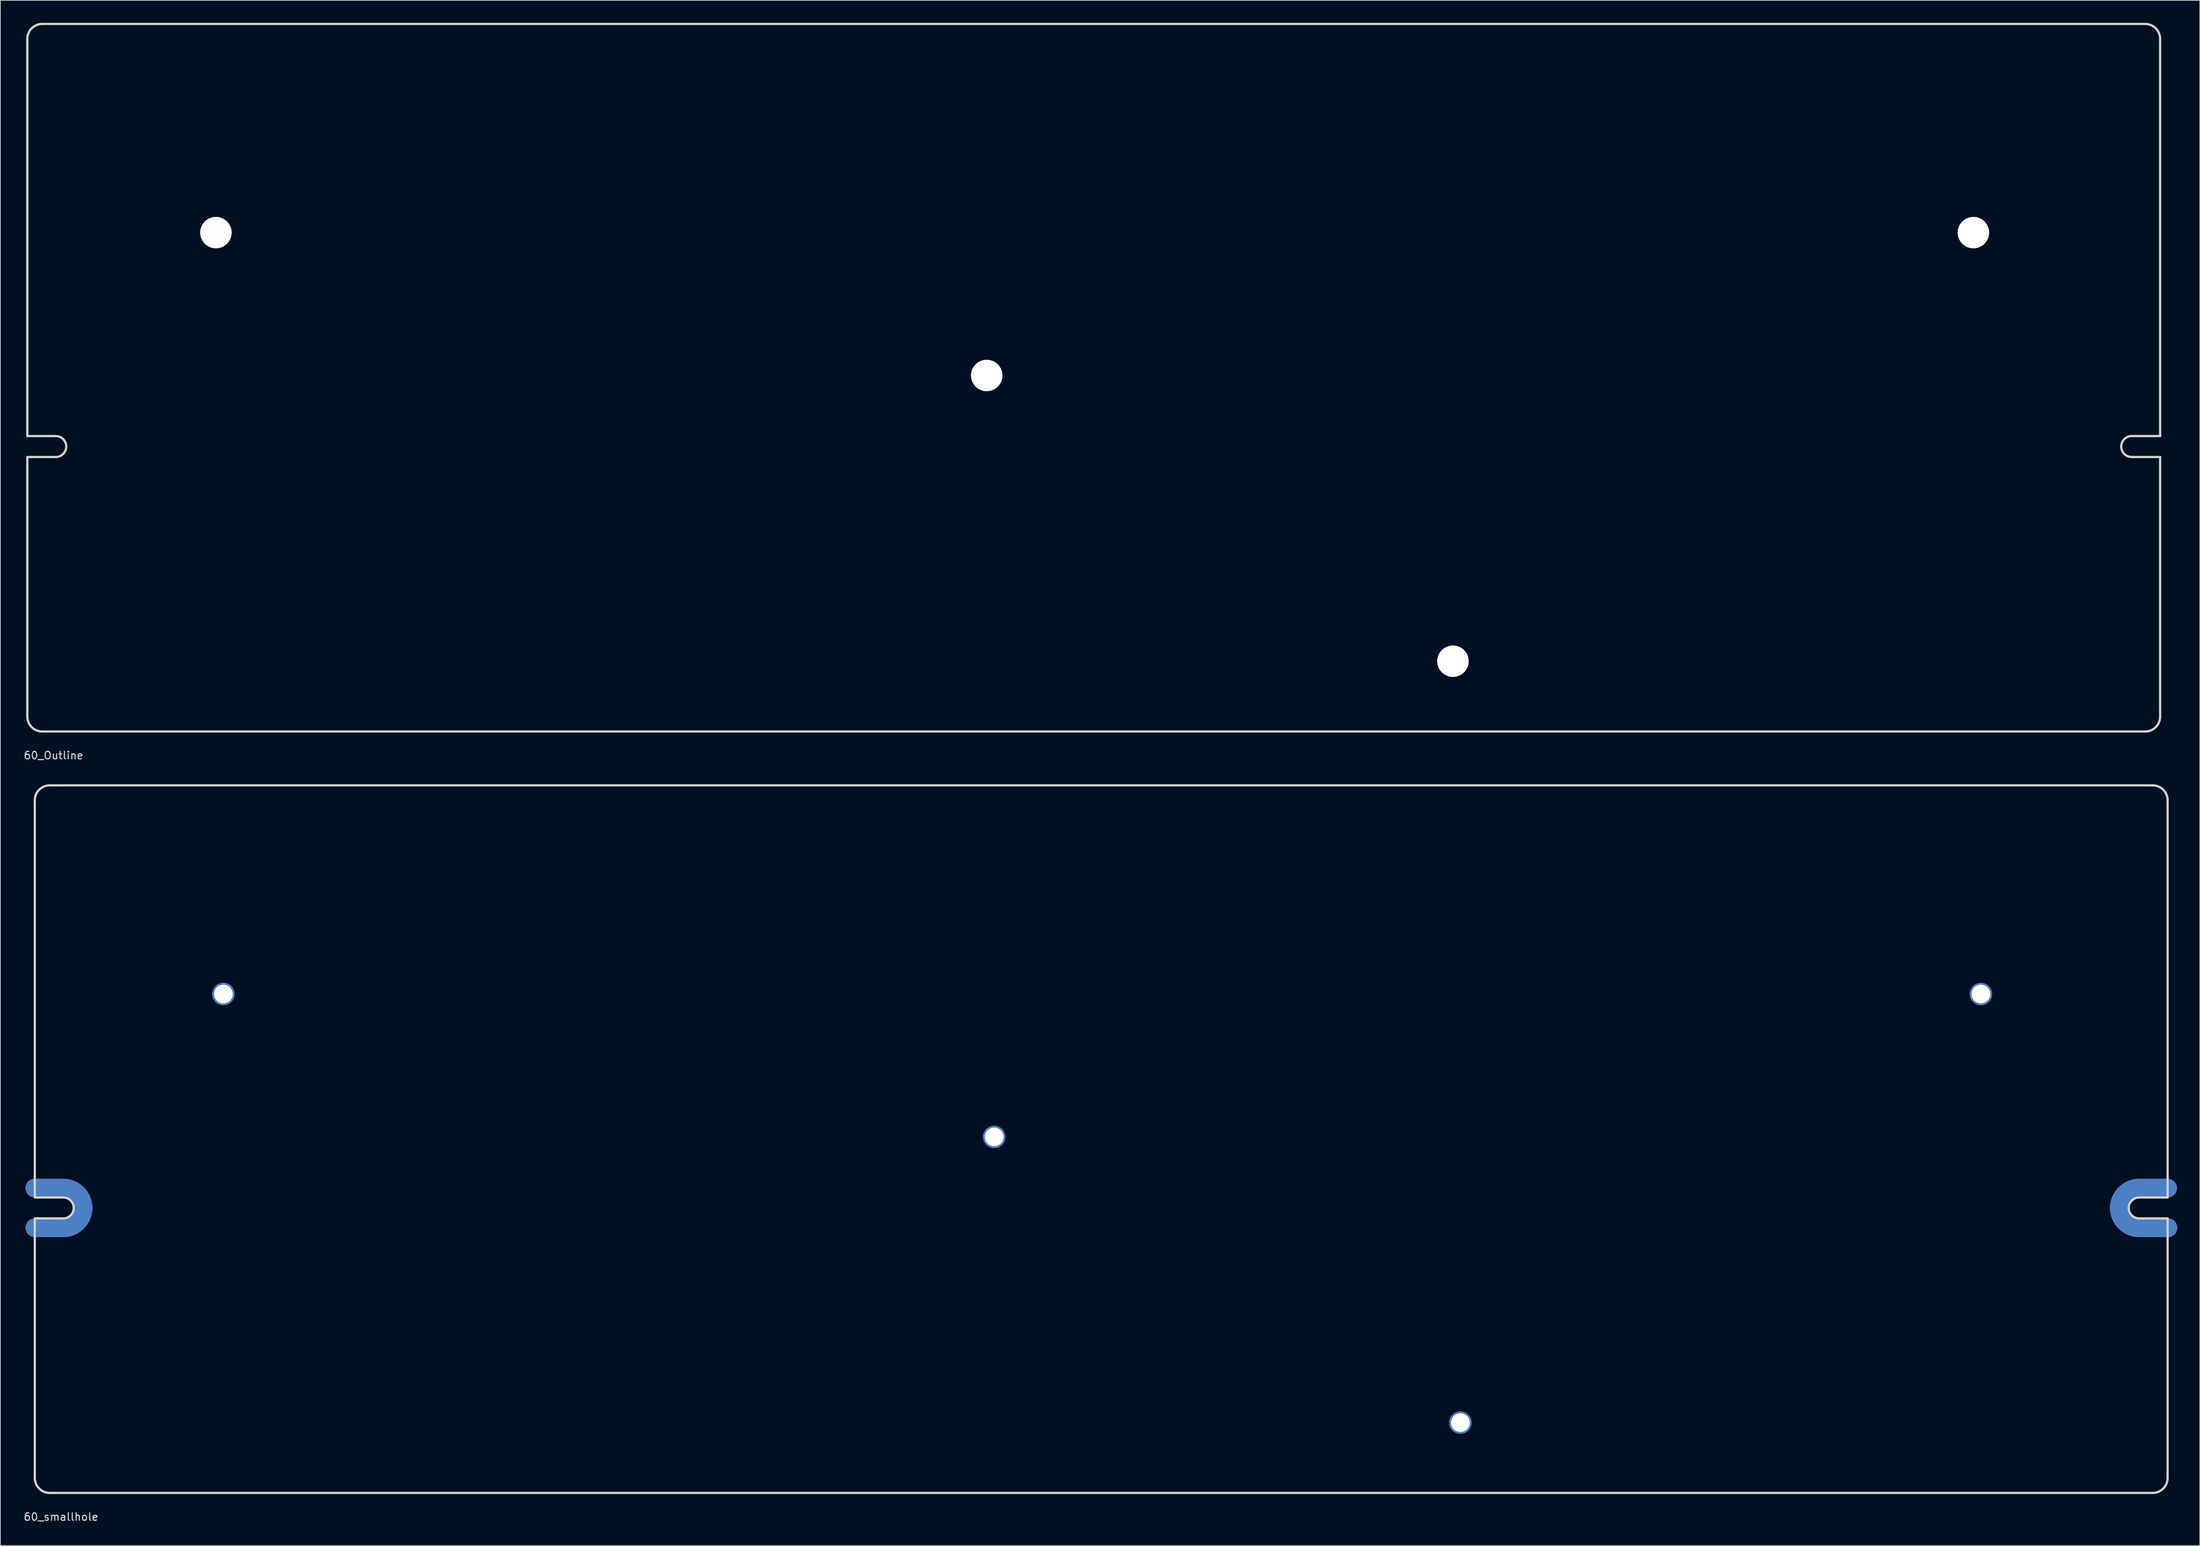
<source format=kicad_pcb>
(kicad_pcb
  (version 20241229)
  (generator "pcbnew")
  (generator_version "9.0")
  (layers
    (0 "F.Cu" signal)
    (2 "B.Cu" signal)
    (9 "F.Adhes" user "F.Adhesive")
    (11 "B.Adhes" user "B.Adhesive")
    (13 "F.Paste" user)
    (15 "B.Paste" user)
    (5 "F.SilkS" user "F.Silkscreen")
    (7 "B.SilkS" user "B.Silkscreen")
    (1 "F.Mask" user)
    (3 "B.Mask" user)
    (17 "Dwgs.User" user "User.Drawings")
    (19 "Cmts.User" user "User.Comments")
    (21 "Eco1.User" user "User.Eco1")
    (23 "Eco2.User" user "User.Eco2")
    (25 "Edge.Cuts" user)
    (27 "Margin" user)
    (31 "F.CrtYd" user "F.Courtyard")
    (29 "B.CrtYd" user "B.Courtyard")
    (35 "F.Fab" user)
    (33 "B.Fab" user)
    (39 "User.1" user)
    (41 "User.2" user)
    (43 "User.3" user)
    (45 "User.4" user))
  (footprint "60_Outline"
    (layer "F.Cu")
    (at 143.101 47.45)
    (property "Reference" "60_Outline" (at -139 50.5 0) (layer "Edge.Cuts") (effects (font (size 1 1) (thickness 0.15))))
    (attr through_hole)
    (fp_line (start -142.5 7.8) (end -142.5 -45.3) (stroke (width 0.3) (type solid)) (layer "Edge.Cuts"))
    (fp_line (start -142.5 10.6) (end -138.7 10.6) (stroke (width 0.3) (type solid)) (layer "Edge.Cuts"))
    (fp_line (start -142.5 45.3) (end -142.5 10.6) (stroke (width 0.3) (type solid)) (layer "Edge.Cuts"))
    (fp_line (start -140.5 47.3) (end 140.5 47.3) (stroke (width 0.3) (type solid)) (layer "Edge.Cuts"))
    (fp_line (start -138.7 7.8) (end -142.5 7.8) (stroke (width 0.3) (type solid)) (layer "Edge.Cuts"))
    (fp_line (start 138.7 7.8) (end 142.5 7.8) (stroke (width 0.3) (type solid)) (layer "Edge.Cuts"))
    (fp_line (start 138.7 10.6) (end 142.5 10.6) (stroke (width 0.3) (type solid)) (layer "Edge.Cuts"))
    (fp_line (start 140.5 -47.3) (end -140.5 -47.3) (stroke (width 0.3) (type solid)) (layer "Edge.Cuts"))
    (fp_line (start 142.5 7.8) (end 142.5 -45.3) (stroke (width 0.3) (type solid)) (layer "Edge.Cuts"))
    (fp_line (start 142.5 10.6) (end 142.5 45.3) (stroke (width 0.3) (type solid)) (layer "Edge.Cuts"))
    (fp_arc (start -142.5 -45.3) (mid -141.914214 -46.714214) (end -140.5 -47.3) (stroke (width 0.3) (type solid)) (layer "Edge.Cuts"))
    (fp_arc (start -140.5 47.3) (mid -141.914214 46.714214) (end -142.5 45.3) (stroke (width 0.3) (type solid)) (layer "Edge.Cuts"))
    (fp_arc (start -138.7 7.8) (mid -137.710051 8.210051) (end -137.3 9.2) (stroke (width 0.3) (type solid)) (layer "Edge.Cuts"))
    (fp_arc (start -137.3 9.2) (mid -137.710051 10.189949) (end -138.7 10.6) (stroke (width 0.3) (type solid)) (layer "Edge.Cuts"))
    (fp_arc (start 137.3 9.2) (mid 137.710051 8.210051) (end 138.7 7.8) (stroke (width 0.3) (type solid)) (layer "Edge.Cuts"))
    (fp_arc (start 138.7 10.6) (mid 137.710051 10.189949) (end 137.3 9.2) (stroke (width 0.3) (type solid)) (layer "Edge.Cuts"))
    (fp_arc (start 140.5 -47.3) (mid 141.914214 -46.714214) (end 142.5 -45.3) (stroke (width 0.3) (type solid)) (layer "Edge.Cuts"))
    (fp_arc (start 142.5 45.3) (mid 141.914214 46.714214) (end 140.5 47.3) (stroke (width 0.3) (type solid)) (layer "Edge.Cuts"))
    (pad "1" thru_hole circle (at -117.3 -19.4) (size 4.2 4.2) (drill 4.2) (layers "*.Cu" "*.Mask"))
    (pad "1" thru_hole circle (at -14.3 -0.3) (size 4.2 4.2) (drill 4.2) (layers "*.Cu" "*.Mask"))
    (pad "1" thru_hole circle (at 48 37.9) (size 4.2 4.2) (drill 4.2) (layers "*.Cu" "*.Mask"))
    (pad "1" thru_hole circle (at 117.55 -19.4) (size 4.2 4.2) (drill 4.2) (layers "*.Cu" "*.Mask")))
  (footprint "60_smallhole"
    (layer "F.Cu")
    (at 144.101 149.248)
    (property "Reference" "60_smallhole" (at -139 50.5 0) (layer "Edge.Cuts") (effects (font (size 1 1) (thickness 0.15))))
    (attr through_hole)
    (fp_line (start -142.5 6.549) (end -138.7 6.549) (stroke (width 2.502) (type solid)) (layer "F.Cu"))
    (fp_line (start -142.5 11.851) (end -138.7 11.851) (stroke (width 2.502) (type solid)) (layer "F.Cu"))
    (fp_line (start 138.7 6.549) (end 142.5 6.549) (stroke (width 2.502) (type solid)) (layer "F.Cu"))
    (fp_line (start 138.7 11.851) (end 142.55 11.851) (stroke (width 2.502) (type solid)) (layer "F.Cu"))
    (fp_arc (start -138.7 6.54905) (mid -136.825495 7.325495) (end -136.04905 9.2) (stroke (width 2.5019) (type solid)) (layer "F.Cu"))
    (fp_arc (start -136.04905 9.2) (mid -136.825495 11.074505) (end -138.7 11.85095) (stroke (width 2.5019) (type solid)) (layer "F.Cu"))
    (fp_arc (start 136.04905 9.2) (mid 136.825495 7.325495) (end 138.7 6.54905) (stroke (width 2.5019) (type solid)) (layer "F.Cu"))
    (fp_arc (start 138.7 11.85095) (mid 136.825495 11.074505) (end 136.04905 9.2) (stroke (width 2.5019) (type solid)) (layer "F.Cu"))
    (fp_line (start -142.5 6.549) (end -138.7 6.549) (stroke (width 2.502) (type solid)) (layer "F.Mask"))
    (fp_line (start -142.5 11.851) (end -138.7 11.851) (stroke (width 2.502) (type solid)) (layer "F.Mask"))
    (fp_line (start 138.7 6.549) (end 142.5 6.549) (stroke (width 2.502) (type solid)) (layer "F.Mask"))
    (fp_line (start 138.7 11.851) (end 142.55 11.851) (stroke (width 2.502) (type solid)) (layer "F.Mask"))
    (fp_arc (start -138.7 6.54905) (mid -136.825495 7.325495) (end -136.04905 9.2) (stroke (width 2.5019) (type solid)) (layer "F.Mask"))
    (fp_arc (start -136.04905 9.2) (mid -136.825495 11.074505) (end -138.7 11.85095) (stroke (width 2.5019) (type solid)) (layer "F.Mask"))
    (fp_arc (start 136.04905 9.2) (mid 136.825495 7.325495) (end 138.7 6.54905) (stroke (width 2.5019) (type solid)) (layer "F.Mask"))
    (fp_arc (start 138.7 11.85095) (mid 136.825495 11.074505) (end 136.04905 9.2) (stroke (width 2.5019) (type solid)) (layer "F.Mask"))
    (fp_line (start -142.5 6.549) (end -138.7 6.549) (stroke (width 2.502) (type solid)) (layer "B.Cu"))
    (fp_line (start -142.5 11.851) (end -138.7 11.851) (stroke (width 2.502) (type solid)) (layer "B.Cu"))
    (fp_line (start 138.7 6.549) (end 142.5 6.549) (stroke (width 2.502) (type solid)) (layer "B.Cu"))
    (fp_line (start 138.7 11.851) (end 142.55 11.851) (stroke (width 2.502) (type solid)) (layer "B.Cu"))
    (fp_arc (start -138.7 6.54905) (mid -136.825495 7.325495) (end -136.04905 9.2) (stroke (width 2.5019) (type solid)) (layer "B.Cu"))
    (fp_arc (start -136.04905 9.2) (mid -136.825495 11.074505) (end -138.7 11.85095) (stroke (width 2.5019) (type solid)) (layer "B.Cu"))
    (fp_arc (start 136.04905 9.2) (mid 136.825495 7.325495) (end 138.7 6.54905) (stroke (width 2.5019) (type solid)) (layer "B.Cu"))
    (fp_arc (start 138.7 11.85095) (mid 136.825495 11.074505) (end 136.04905 9.2) (stroke (width 2.5019) (type solid)) (layer "B.Cu"))
    (fp_line (start -142.5 6.549) (end -138.7 6.549) (stroke (width 2.502) (type solid)) (layer "B.Mask"))
    (fp_line (start -142.5 11.851) (end -138.7 11.851) (stroke (width 2.502) (type solid)) (layer "B.Mask"))
    (fp_line (start 138.7 6.549) (end 142.5 6.549) (stroke (width 2.502) (type solid)) (layer "B.Mask"))
    (fp_line (start 138.7 11.851) (end 142.55 11.851) (stroke (width 2.502) (type solid)) (layer "B.Mask"))
    (fp_arc (start -138.7 6.54905) (mid -136.825495 7.325495) (end -136.04905 9.2) (stroke (width 2.5019) (type solid)) (layer "B.Mask"))
    (fp_arc (start -136.04905 9.2) (mid -136.825495 11.074505) (end -138.7 11.85095) (stroke (width 2.5019) (type solid)) (layer "B.Mask"))
    (fp_arc (start 136.04905 9.2) (mid 136.825495 7.325495) (end 138.7 6.54905) (stroke (width 2.5019) (type solid)) (layer "B.Mask"))
    (fp_arc (start 138.7 11.85095) (mid 136.825495 11.074505) (end 136.04905 9.2) (stroke (width 2.5019) (type solid)) (layer "B.Mask"))
    (fp_line (start -142.5 7.8) (end -142.5 -45.3) (stroke (width 0.3) (type solid)) (layer "Edge.Cuts"))
    (fp_line (start -142.5 10.6) (end -138.7 10.6) (stroke (width 0.3) (type solid)) (layer "Edge.Cuts"))
    (fp_line (start -142.5 45.3) (end -142.5 10.6) (stroke (width 0.3) (type solid)) (layer "Edge.Cuts"))
    (fp_line (start -140.5 47.3) (end 140.5 47.3) (stroke (width 0.3) (type solid)) (layer "Edge.Cuts"))
    (fp_line (start -138.7 7.8) (end -142.5 7.8) (stroke (width 0.3) (type solid)) (layer "Edge.Cuts"))
    (fp_line (start 138.7 7.8) (end 142.5 7.8) (stroke (width 0.3) (type solid)) (layer "Edge.Cuts"))
    (fp_line (start 138.7 10.6) (end 142.5 10.6) (stroke (width 0.3) (type solid)) (layer "Edge.Cuts"))
    (fp_line (start 140.5 -47.3) (end -140.5 -47.3) (stroke (width 0.3) (type solid)) (layer "Edge.Cuts"))
    (fp_line (start 142.5 7.8) (end 142.5 -45.3) (stroke (width 0.3) (type solid)) (layer "Edge.Cuts"))
    (fp_line (start 142.5 10.6) (end 142.5 45.3) (stroke (width 0.3) (type solid)) (layer "Edge.Cuts"))
    (fp_arc (start -142.5 -45.3) (mid -141.914214 -46.714214) (end -140.5 -47.3) (stroke (width 0.3) (type solid)) (layer "Edge.Cuts"))
    (fp_arc (start -140.5 47.3) (mid -141.914214 46.714214) (end -142.5 45.3) (stroke (width 0.3) (type solid)) (layer "Edge.Cuts"))
    (fp_arc (start -138.7 7.8) (mid -137.710051 8.210051) (end -137.3 9.2) (stroke (width 0.3) (type solid)) (layer "Edge.Cuts"))
    (fp_arc (start -137.3 9.2) (mid -137.710051 10.189949) (end -138.7 10.6) (stroke (width 0.3) (type solid)) (layer "Edge.Cuts"))
    (fp_arc (start 137.3 9.2) (mid 137.710051 8.210051) (end 138.7 7.8) (stroke (width 0.3) (type solid)) (layer "Edge.Cuts"))
    (fp_arc (start 138.7 10.6) (mid 137.710051 10.189949) (end 137.3 9.2) (stroke (width 0.3) (type solid)) (layer "Edge.Cuts"))
    (fp_arc (start 140.5 -47.3) (mid 141.914214 -46.714214) (end 142.5 -45.3) (stroke (width 0.3) (type solid)) (layer "Edge.Cuts"))
    (fp_arc (start 142.5 45.3) (mid 141.914214 46.714214) (end 140.5 47.3) (stroke (width 0.3) (type solid)) (layer "Edge.Cuts"))
    (pad "1" thru_hole circle (at -117.3 -19.4) (size 3 3) (drill 2.499) (layers "*.Cu" "*.Mask"))
    (pad "1" thru_hole circle (at 48 37.9) (size 3 3) (drill 2.499) (layers "*.Cu" "*.Mask"))
    (pad "1" thru_hole circle (at 117.55 -19.4) (size 3 3) (drill 2.499) (layers "*.Cu" "*.Mask"))
    (pad "4" thru_hole circle (at -14.3 -0.3) (size 3 3) (drill 2.5) (layers "*.Cu" "*.Mask")))
  (gr_rect
    (start -3 -3)
    (end 290.902 203.596)
    (stroke (width 0.1) (type default))
    (fill no)
    (layer "Edge.Cuts")))
</source>
